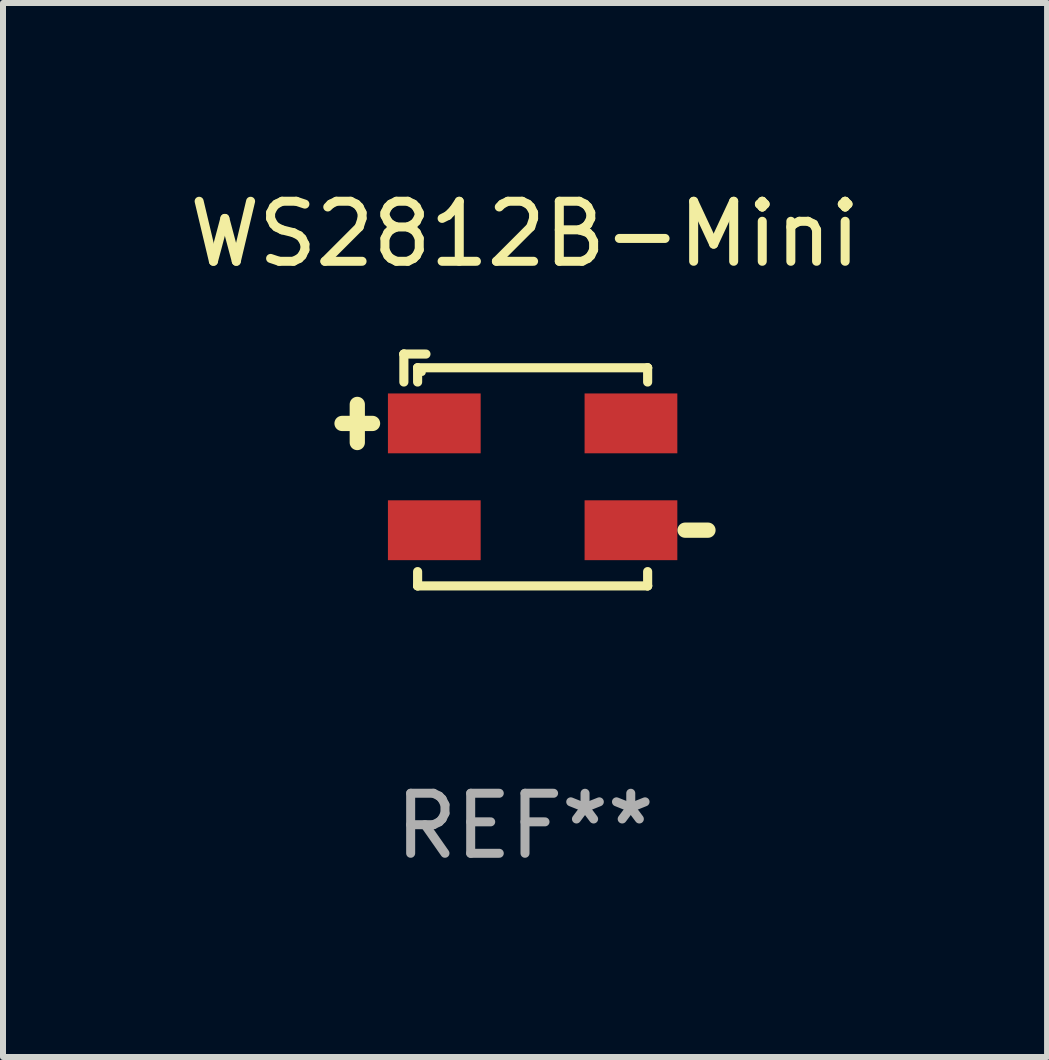
<source format=kicad_pcb>
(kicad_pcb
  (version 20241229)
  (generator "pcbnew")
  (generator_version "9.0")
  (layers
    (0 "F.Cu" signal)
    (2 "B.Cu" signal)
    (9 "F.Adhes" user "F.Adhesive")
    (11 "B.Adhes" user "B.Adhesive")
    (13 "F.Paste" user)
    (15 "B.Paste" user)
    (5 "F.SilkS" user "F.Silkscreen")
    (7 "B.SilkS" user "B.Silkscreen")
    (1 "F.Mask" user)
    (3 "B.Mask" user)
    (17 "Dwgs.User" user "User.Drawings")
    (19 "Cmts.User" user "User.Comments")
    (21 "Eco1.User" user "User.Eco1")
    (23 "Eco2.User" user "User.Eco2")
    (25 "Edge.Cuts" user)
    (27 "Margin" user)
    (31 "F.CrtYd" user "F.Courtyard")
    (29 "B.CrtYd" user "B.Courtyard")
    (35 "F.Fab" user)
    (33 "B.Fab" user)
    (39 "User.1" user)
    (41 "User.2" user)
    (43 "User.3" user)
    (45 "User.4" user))
  (footprint "WS2812B-Mini"
    (layer "F.Cu")
    (at 5.696 4.779)
    (property "Reference" "WS2812B-Mini" (at 0 -3.931 0) (layer "F.SilkS") (effects (font (size 1 1) (thickness 0.15))))
    (attr through_hole)
    (fp_line (start -3.048 -0.775) (end -2.54 -0.775) (stroke (width 0.254) (type solid)) (layer "F.SilkS"))
    (fp_line (start -2.794 -1.092) (end -2.794 -0.457) (stroke (width 0.254) (type solid)) (layer "F.SilkS"))
    (fp_line (start -2.018 -1.931) (end -2.018 -1.931) (stroke (width 0.152) (type solid)) (layer "F.SilkS"))
    (fp_line (start -2.018 -1.931) (end -1.65 -1.931) (stroke (width 0.152) (type solid)) (layer "F.SilkS"))
    (fp_line (start -2.018 -1.465) (end -2.018 -1.931) (stroke (width 0.152) (type solid)) (layer "F.SilkS"))
    (fp_line (start -1.789 -1.702) (end -1.789 -1.702) (stroke (width 0.152) (type solid)) (layer "F.SilkS"))
    (fp_line (start -1.789 -1.702) (end 2.043 -1.702) (stroke (width 0.152) (type solid)) (layer "F.SilkS"))
    (fp_line (start -1.789 -1.465) (end -1.789 -1.702) (stroke (width 0.152) (type solid)) (layer "F.SilkS"))
    (fp_line (start -1.789 1.693) (end -1.789 1.931) (stroke (width 0.152) (type solid)) (layer "F.SilkS"))
    (fp_line (start -1.789 1.931) (end -1.789 1.931) (stroke (width 0.152) (type solid)) (layer "F.SilkS"))
    (fp_line (start -1.789 1.931) (end 2.043 1.931) (stroke (width 0.152) (type solid)) (layer "F.SilkS"))
    (fp_line (start 2.043 -1.702) (end 2.043 -1.702) (stroke (width 0.152) (type solid)) (layer "F.SilkS"))
    (fp_line (start 2.043 -1.702) (end 2.043 -1.465) (stroke (width 0.152) (type solid)) (layer "F.SilkS"))
    (fp_line (start 2.043 1.931) (end 2.043 1.693) (stroke (width 0.152) (type solid)) (layer "F.SilkS"))
    (fp_line (start 2.043 1.931) (end 2.043 1.931) (stroke (width 0.152) (type solid)) (layer "F.SilkS"))
    (fp_line (start 2.667 1.003) (end 3.048 1.003) (stroke (width 0.254) (type solid)) (layer "F.SilkS"))
    (fp_circle (center -1.713 -1.626) (end -1.683 -1.626) (stroke (width 0.06) (type solid)) (fill no) (layer "F.SilkS"))
    (fp_text user "REF**" (at 0 5.931 0) (layer "F.Fab") (effects (font (size 1 1) (thickness 0.15))))
    (pad "1" smd rect (at -1.511 -0.776) (size 1.545 0.997) (layers "F.Cu" "F.Mask" "F.Paste"))
    (pad "2" smd rect (at -1.511 1.004) (size 1.545 0.997) (layers "F.Cu" "F.Mask" "F.Paste"))
    (pad "3" smd rect (at 1.765 1.004) (size 1.545 0.997) (layers "F.Cu" "F.Mask" "F.Paste"))
    (pad "4" smd rect (at 1.765 -0.776) (size 1.545 0.997) (layers "F.Cu" "F.Mask" "F.Paste")))
  (gr_rect
    (start -3 -3)
    (end 14.393 14.558)
    (stroke (width 0.1) (type default))
    (fill no)
    (layer "Edge.Cuts")))
</source>
